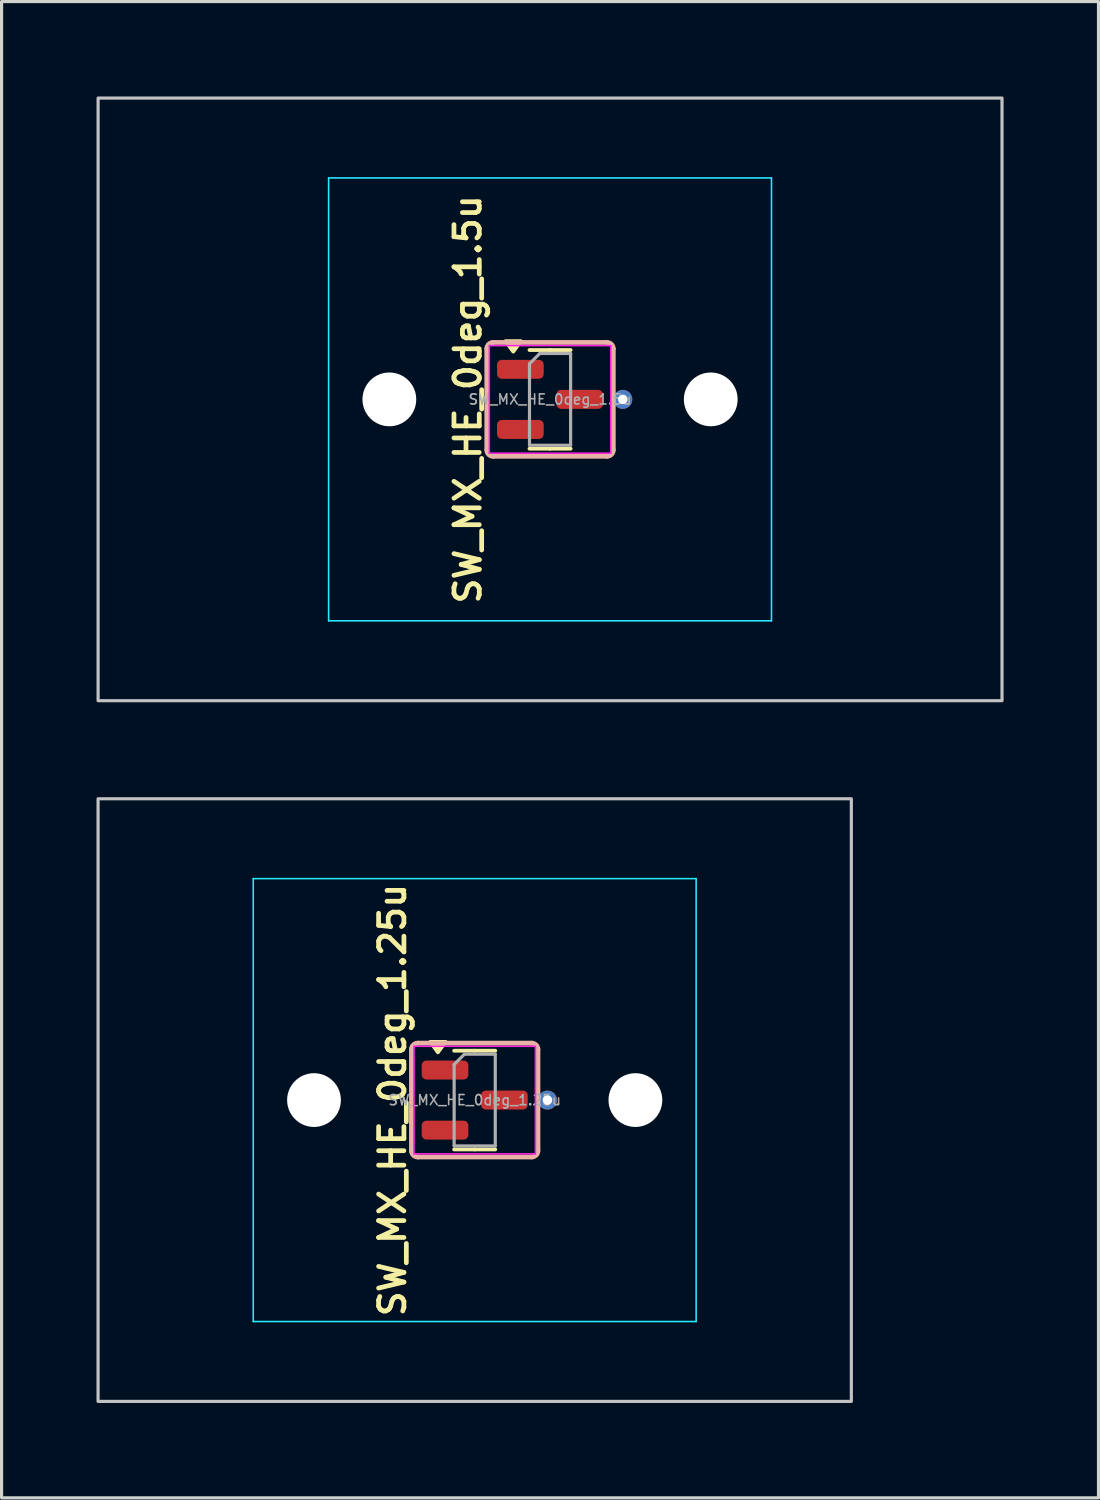
<source format=kicad_pcb>
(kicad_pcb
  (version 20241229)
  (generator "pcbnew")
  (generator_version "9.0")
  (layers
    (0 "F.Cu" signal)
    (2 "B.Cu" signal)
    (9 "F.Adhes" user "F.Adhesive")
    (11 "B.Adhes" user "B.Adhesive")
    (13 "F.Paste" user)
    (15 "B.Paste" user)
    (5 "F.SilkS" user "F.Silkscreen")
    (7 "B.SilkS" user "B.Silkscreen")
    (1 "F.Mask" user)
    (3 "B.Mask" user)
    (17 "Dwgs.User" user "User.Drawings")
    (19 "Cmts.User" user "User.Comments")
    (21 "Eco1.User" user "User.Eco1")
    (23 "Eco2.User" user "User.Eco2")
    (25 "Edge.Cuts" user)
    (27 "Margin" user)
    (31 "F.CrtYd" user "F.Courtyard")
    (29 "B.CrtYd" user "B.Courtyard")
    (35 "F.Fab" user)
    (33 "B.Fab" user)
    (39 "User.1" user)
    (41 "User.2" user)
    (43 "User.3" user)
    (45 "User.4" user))
  (footprint "SW_MX_HE_0deg_1.25u"
    (layer "F.Cu")
    (at 11.956 31.725)
    (property "Reference" "SW_MX_HE_0deg_1.25u" (at -2.6 0 90) (layer "F.SilkS") (effects (font (size 0.8 0.8) (thickness 0.15))))
    (attr smd)
    (fp_line (start 0 -1.56) (end -0.65 -1.56) (stroke (width 0.12) (type solid)) (layer "F.SilkS"))
    (fp_line (start 0 -1.56) (end 0.65 -1.56) (stroke (width 0.12) (type solid)) (layer "F.SilkS"))
    (fp_line (start 0 1.56) (end -0.65 1.56) (stroke (width 0.12) (type solid)) (layer "F.SilkS"))
    (fp_line (start 0 1.56) (end 0.65 1.56) (stroke (width 0.12) (type solid)) (layer "F.SilkS"))
    (fp_poly (pts (xy -1.163 -1.51) (xy -1.403 -1.84) (xy -0.922 -1.84) (xy -1.163 -1.51)) (stroke (width 0.12) (type solid)) (fill yes) (layer "F.SilkS"))
    (fp_line (start -2 -1.6) (end -2 1.6) (stroke (width 0.15) (type default)) (layer "B.SilkS"))
    (fp_line (start -1.8 1.8) (end 1.8 1.8) (stroke (width 0.15) (type default)) (layer "B.SilkS"))
    (fp_line (start 1.8 -1.8) (end -1.8 -1.8) (stroke (width 0.15) (type default)) (layer "B.SilkS"))
    (fp_line (start 2 1.6) (end 2 -1.6) (stroke (width 0.15) (type default)) (layer "B.SilkS"))
    (fp_arc (start -2 -1.6) (mid -1.941421 -1.741421) (end -1.8 -1.8) (stroke (width 0.15) (type default)) (layer "B.SilkS"))
    (fp_arc (start -1.8 1.8) (mid -1.941421 1.741421) (end -2 1.6) (stroke (width 0.15) (type default)) (layer "B.SilkS"))
    (fp_arc (start 1.8 -1.8) (mid 1.941421 -1.741421) (end 2 -1.6) (stroke (width 0.15) (type default)) (layer "B.SilkS"))
    (fp_arc (start 2 1.6) (mid 1.941421 1.741421) (end 1.8 1.8) (stroke (width 0.15) (type default)) (layer "B.SilkS"))
    (fp_rect (start -11.906 -9.525) (end 11.906 9.525) (stroke (width 0.1) (type default)) (fill no) (layer "Dwgs.User"))
    (fp_line (start -7 6.5) (end -7 -6.5) (stroke (width 0.05) (type solid)) (layer "Eco2.User"))
    (fp_line (start -6.5 -7) (end 6.5 -7) (stroke (width 0.05) (type solid)) (layer "Eco2.User"))
    (fp_line (start 6.5 7) (end -6.5 7) (stroke (width 0.05) (type solid)) (layer "Eco2.User"))
    (fp_line (start 7 -6.5) (end 7 6.5) (stroke (width 0.05) (type solid)) (layer "Eco2.User"))
    (fp_arc (start -7 -6.5) (mid -6.853553 -6.853553) (end -6.5 -7) (stroke (width 0.05) (type solid)) (layer "Eco2.User"))
    (fp_arc (start -6.5 7) (mid -6.853553 6.853553) (end -7 6.5) (stroke (width 0.05) (type solid)) (layer "Eco2.User"))
    (fp_arc (start 6.5 -7) (mid 6.853553 -6.853553) (end 7 -6.5) (stroke (width 0.05) (type solid)) (layer "Eco2.User"))
    (fp_arc (start 6.997236 6.498884) (mid 6.850789 6.852437) (end 6.497236 6.998884) (stroke (width 0.05) (type solid)) (layer "Eco2.User"))
    (fp_line (start -7 -7) (end -7 7) (stroke (width 0.05) (type solid)) (layer "B.CrtYd"))
    (fp_line (start -7 7) (end 7 7) (stroke (width 0.05) (type solid)) (layer "B.CrtYd"))
    (fp_line (start 7 -7) (end -7 -7) (stroke (width 0.05) (type solid)) (layer "B.CrtYd"))
    (fp_line (start 7 7) (end 7 -7) (stroke (width 0.05) (type solid)) (layer "B.CrtYd"))
    (fp_line (start -1.92 -1.7) (end -1.92 1.7) (stroke (width 0.05) (type solid)) (layer "F.CrtYd"))
    (fp_line (start -1.92 1.7) (end 1.92 1.7) (stroke (width 0.05) (type solid)) (layer "F.CrtYd"))
    (fp_line (start 1.92 -1.7) (end -1.92 -1.7) (stroke (width 0.05) (type solid)) (layer "F.CrtYd"))
    (fp_line (start 1.92 1.7) (end 1.92 -1.7) (stroke (width 0.05) (type solid)) (layer "F.CrtYd"))
    (fp_line (start -0.65 -1.125) (end -0.325 -1.45) (stroke (width 0.1) (type solid)) (layer "F.Fab"))
    (fp_line (start -0.65 1.45) (end -0.65 -1.125) (stroke (width 0.1) (type solid)) (layer "F.Fab"))
    (fp_line (start -0.325 -1.45) (end 0.65 -1.45) (stroke (width 0.1) (type solid)) (layer "F.Fab"))
    (fp_line (start 0.65 -1.45) (end 0.65 1.45) (stroke (width 0.1) (type solid)) (layer "F.Fab"))
    (fp_line (start 0.65 1.45) (end -0.65 1.45) (stroke (width 0.1) (type solid)) (layer "F.Fab"))
    (fp_text user "${REFERENCE}" (at 0 0 0) (layer "F.Fab") (effects (font (size 0.32 0.32) (thickness 0.05))))
    (pad "" np_thru_hole circle (at -5.08 0) (size 1.7 1.7) (drill 1.7) (layers "*.Cu" "*.Mask"))
    (pad "" np_thru_hole circle (at 5.08 0) (size 1.7 1.7) (drill 1.7) (layers "*.Cu" "*.Mask"))
    (pad "1" smd roundrect (at -0.938 -0.95) (size 1.475 0.6) (layers "F.Cu" "F.Mask" "F.Paste") (roundrect_rratio 0.25))
    (pad "2" smd roundrect (at -0.938 0.95) (size 1.475 0.6) (layers "F.Cu" "F.Mask" "F.Paste") (roundrect_rratio 0.25))
    (pad "3" smd roundrect (at 0.938 0) (size 1.475 0.6) (layers "F.Cu" "F.Mask" "F.Paste") (roundrect_rratio 0.25))
    (pad "3" thru_hole circle (at 2.3 0) (size 0.6 0.6) (drill 0.3) (layers "*.Cu"))
    (zone (net_name "") (layer "F.Cu") (name "HE keepout_bot") (hatch edge 0.5) (connect_pads) (min_thickness 0.25) (filled_areas_thickness no) (keepout (tracks allowed) (vias allowed) (pads allowed) (copperpour not_allowed) (footprints allowed)) (placement (enabled no)) (fill) (polygon (pts (arc (start 13.95625 30.125) (mid 13.897671 29.983579) (end 13.75625 29.925)) (arc (start 10.15625 29.925) (mid 10.014829 29.983579) (end 9.95625 30.125)) (arc (start 9.95625 33.325) (mid 10.014829 33.466421) (end 10.15625 33.525)) (arc (start 13.75625 33.525) (mid 13.897671 33.466421) (end 13.95625 33.325)) (arc (start 13.95625 32.225) (mid 13.897671 32.083579) (end 13.75625 32.025)) (arc (start 12.35625 32.025) (mid 12.214829 31.966421) (end 12.15625 31.825)) (arc (start 12.15625 31.625) (mid 12.214829 31.483579) (end 12.35625 31.425)) (arc (start 13.75625 31.425) (mid 13.897671 31.366421) (end 13.95625 31.225)))))
    (zone (net_name "") (layer "In1.Cu") (name "HE keepout_top") (hatch edge 0.5) (connect_pads) (min_thickness 0.25) (filled_areas_thickness no) (keepout (tracks allowed) (vias allowed) (pads allowed) (copperpour not_allowed) (footprints allowed)) (placement (enabled no)) (fill) (polygon (pts (arc (start 13.95625 30.125) (mid 13.897671 29.983579) (end 13.75625 29.925)) (arc (start 10.15625 29.925) (mid 10.014829 29.983579) (end 9.95625 30.125)) (arc (start 9.95625 33.325) (mid 10.014829 33.466421) (end 10.15625 33.525)) (arc (start 13.75625 33.525) (mid 13.897671 33.466421) (end 13.95625 33.325))))))
  (footprint "SW_MX_HE_0deg_1.5u"
    (layer "F.Cu")
    (at 14.338 9.575)
    (property "Reference" "SW_MX_HE_0deg_1.5u" (at -2.6 0 90) (layer "F.SilkS") (effects (font (size 0.8 0.8) (thickness 0.15))))
    (attr smd)
    (fp_line (start 0 -1.56) (end -0.65 -1.56) (stroke (width 0.12) (type solid)) (layer "F.SilkS"))
    (fp_line (start 0 -1.56) (end 0.65 -1.56) (stroke (width 0.12) (type solid)) (layer "F.SilkS"))
    (fp_line (start 0 1.56) (end -0.65 1.56) (stroke (width 0.12) (type solid)) (layer "F.SilkS"))
    (fp_line (start 0 1.56) (end 0.65 1.56) (stroke (width 0.12) (type solid)) (layer "F.SilkS"))
    (fp_poly (pts (xy -1.163 -1.51) (xy -1.403 -1.84) (xy -0.922 -1.84) (xy -1.163 -1.51)) (stroke (width 0.12) (type solid)) (fill yes) (layer "F.SilkS"))
    (fp_line (start -2 -1.6) (end -2 1.6) (stroke (width 0.15) (type default)) (layer "B.SilkS"))
    (fp_line (start -1.8 1.8) (end 1.8 1.8) (stroke (width 0.15) (type default)) (layer "B.SilkS"))
    (fp_line (start 1.8 -1.8) (end -1.8 -1.8) (stroke (width 0.15) (type default)) (layer "B.SilkS"))
    (fp_line (start 2 1.6) (end 2 -1.6) (stroke (width 0.15) (type default)) (layer "B.SilkS"))
    (fp_arc (start -2 -1.6) (mid -1.941421 -1.741421) (end -1.8 -1.8) (stroke (width 0.15) (type default)) (layer "B.SilkS"))
    (fp_arc (start -1.8 1.8) (mid -1.941421 1.741421) (end -2 1.6) (stroke (width 0.15) (type default)) (layer "B.SilkS"))
    (fp_arc (start 1.8 -1.8) (mid 1.941421 -1.741421) (end 2 -1.6) (stroke (width 0.15) (type default)) (layer "B.SilkS"))
    (fp_arc (start 2 1.6) (mid 1.941421 1.741421) (end 1.8 1.8) (stroke (width 0.15) (type default)) (layer "B.SilkS"))
    (fp_rect (start -14.287 -9.525) (end 14.287 9.525) (stroke (width 0.1) (type default)) (fill no) (layer "Dwgs.User"))
    (fp_line (start -7 6.5) (end -7 -6.5) (stroke (width 0.05) (type solid)) (layer "Eco2.User"))
    (fp_line (start -6.5 -7) (end 6.5 -7) (stroke (width 0.05) (type solid)) (layer "Eco2.User"))
    (fp_line (start 6.5 7) (end -6.5 7) (stroke (width 0.05) (type solid)) (layer "Eco2.User"))
    (fp_line (start 7 -6.5) (end 7 6.5) (stroke (width 0.05) (type solid)) (layer "Eco2.User"))
    (fp_arc (start -7 -6.5) (mid -6.853553 -6.853553) (end -6.5 -7) (stroke (width 0.05) (type solid)) (layer "Eco2.User"))
    (fp_arc (start -6.5 7) (mid -6.853553 6.853553) (end -7 6.5) (stroke (width 0.05) (type solid)) (layer "Eco2.User"))
    (fp_arc (start 6.5 -7) (mid 6.853553 -6.853553) (end 7 -6.5) (stroke (width 0.05) (type solid)) (layer "Eco2.User"))
    (fp_arc (start 6.997236 6.498884) (mid 6.850789 6.852437) (end 6.497236 6.998884) (stroke (width 0.05) (type solid)) (layer "Eco2.User"))
    (fp_line (start -7 -7) (end -7 7) (stroke (width 0.05) (type solid)) (layer "B.CrtYd"))
    (fp_line (start -7 7) (end 7 7) (stroke (width 0.05) (type solid)) (layer "B.CrtYd"))
    (fp_line (start 7 -7) (end -7 -7) (stroke (width 0.05) (type solid)) (layer "B.CrtYd"))
    (fp_line (start 7 7) (end 7 -7) (stroke (width 0.05) (type solid)) (layer "B.CrtYd"))
    (fp_line (start -1.92 -1.7) (end -1.92 1.7) (stroke (width 0.05) (type solid)) (layer "F.CrtYd"))
    (fp_line (start -1.92 1.7) (end 1.92 1.7) (stroke (width 0.05) (type solid)) (layer "F.CrtYd"))
    (fp_line (start 1.92 -1.7) (end -1.92 -1.7) (stroke (width 0.05) (type solid)) (layer "F.CrtYd"))
    (fp_line (start 1.92 1.7) (end 1.92 -1.7) (stroke (width 0.05) (type solid)) (layer "F.CrtYd"))
    (fp_line (start -0.65 -1.125) (end -0.325 -1.45) (stroke (width 0.1) (type solid)) (layer "F.Fab"))
    (fp_line (start -0.65 1.45) (end -0.65 -1.125) (stroke (width 0.1) (type solid)) (layer "F.Fab"))
    (fp_line (start -0.325 -1.45) (end 0.65 -1.45) (stroke (width 0.1) (type solid)) (layer "F.Fab"))
    (fp_line (start 0.65 -1.45) (end 0.65 1.45) (stroke (width 0.1) (type solid)) (layer "F.Fab"))
    (fp_line (start 0.65 1.45) (end -0.65 1.45) (stroke (width 0.1) (type solid)) (layer "F.Fab"))
    (fp_text user "${REFERENCE}" (at 0 0 0) (layer "F.Fab") (effects (font (size 0.32 0.32) (thickness 0.05))))
    (pad "" np_thru_hole circle (at -5.08 0) (size 1.7 1.7) (drill 1.7) (layers "*.Cu" "*.Mask"))
    (pad "" np_thru_hole circle (at 5.08 0) (size 1.7 1.7) (drill 1.7) (layers "*.Cu" "*.Mask"))
    (pad "1" smd roundrect (at -0.938 -0.95) (size 1.475 0.6) (layers "F.Cu" "F.Mask" "F.Paste") (roundrect_rratio 0.25))
    (pad "2" smd roundrect (at -0.938 0.95) (size 1.475 0.6) (layers "F.Cu" "F.Mask" "F.Paste") (roundrect_rratio 0.25))
    (pad "3" smd roundrect (at 0.938 0) (size 1.475 0.6) (layers "F.Cu" "F.Mask" "F.Paste") (roundrect_rratio 0.25))
    (pad "3" thru_hole circle (at 2.3 0) (size 0.6 0.6) (drill 0.3) (layers "*.Cu"))
    (zone (net_name "") (layer "F.Cu") (name "HE keepout_bot") (hatch edge 0.5) (connect_pads) (min_thickness 0.25) (filled_areas_thickness no) (keepout (tracks allowed) (vias allowed) (pads allowed) (copperpour not_allowed) (footprints allowed)) (placement (enabled no)) (fill) (polygon (pts (arc (start 16.3375 7.975) (mid 16.278921 7.833579) (end 16.1375 7.775)) (arc (start 12.5375 7.775) (mid 12.396079 7.833579) (end 12.3375 7.975)) (arc (start 12.3375 11.175) (mid 12.396079 11.316421) (end 12.5375 11.375)) (arc (start 16.1375 11.375) (mid 16.278921 11.316421) (end 16.3375 11.175)) (arc (start 16.3375 10.075) (mid 16.278921 9.933579) (end 16.1375 9.875)) (arc (start 14.7375 9.875) (mid 14.596079 9.816421) (end 14.5375 9.675)) (arc (start 14.5375 9.475) (mid 14.596079 9.333579) (end 14.7375 9.275)) (arc (start 16.1375 9.275) (mid 16.278921 9.216421) (end 16.3375 9.075)))))
    (zone (net_name "") (layer "In1.Cu") (name "HE keepout_top") (hatch edge 0.5) (connect_pads) (min_thickness 0.25) (filled_areas_thickness no) (keepout (tracks allowed) (vias allowed) (pads allowed) (copperpour not_allowed) (footprints allowed)) (placement (enabled no)) (fill) (polygon (pts (arc (start 16.3375 7.975) (mid 16.278921 7.833579) (end 16.1375 7.775)) (arc (start 12.5375 7.775) (mid 12.396079 7.833579) (end 12.3375 7.975)) (arc (start 12.3375 11.175) (mid 12.396079 11.316421) (end 12.5375 11.375)) (arc (start 16.1375 11.375) (mid 16.278921 11.316421) (end 16.3375 11.175))))))
  (gr_rect
    (start -3 -3)
    (end 31.675 44.3)
    (stroke (width 0.1) (type default))
    (fill no)
    (layer "Edge.Cuts")))
</source>
